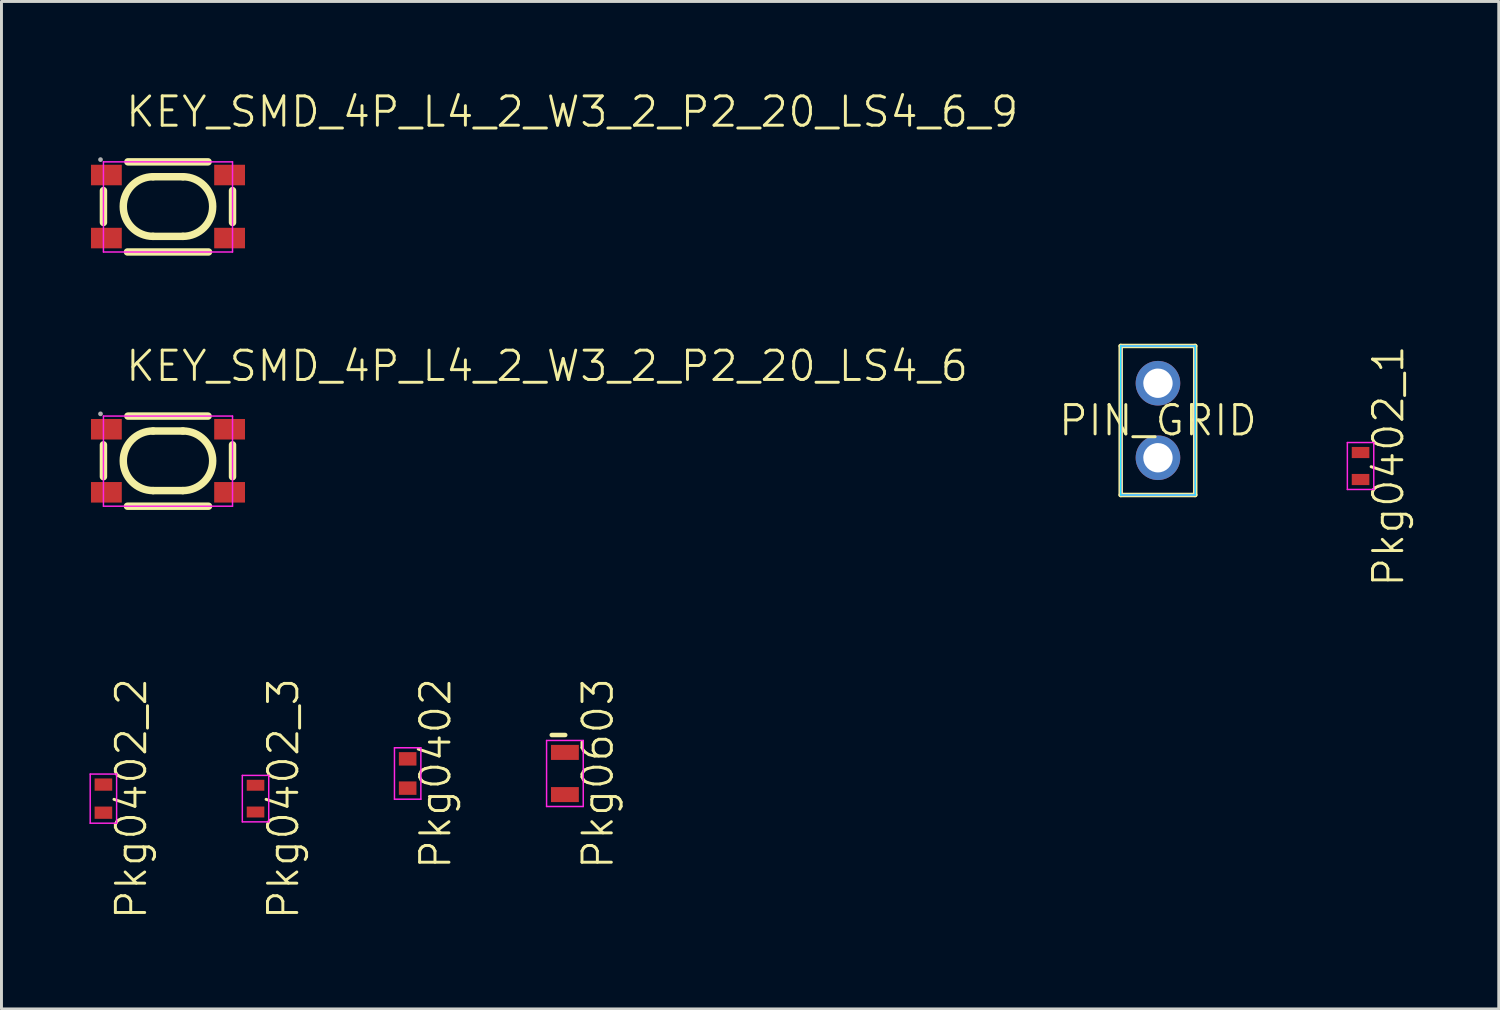
<source format=kicad_pcb>
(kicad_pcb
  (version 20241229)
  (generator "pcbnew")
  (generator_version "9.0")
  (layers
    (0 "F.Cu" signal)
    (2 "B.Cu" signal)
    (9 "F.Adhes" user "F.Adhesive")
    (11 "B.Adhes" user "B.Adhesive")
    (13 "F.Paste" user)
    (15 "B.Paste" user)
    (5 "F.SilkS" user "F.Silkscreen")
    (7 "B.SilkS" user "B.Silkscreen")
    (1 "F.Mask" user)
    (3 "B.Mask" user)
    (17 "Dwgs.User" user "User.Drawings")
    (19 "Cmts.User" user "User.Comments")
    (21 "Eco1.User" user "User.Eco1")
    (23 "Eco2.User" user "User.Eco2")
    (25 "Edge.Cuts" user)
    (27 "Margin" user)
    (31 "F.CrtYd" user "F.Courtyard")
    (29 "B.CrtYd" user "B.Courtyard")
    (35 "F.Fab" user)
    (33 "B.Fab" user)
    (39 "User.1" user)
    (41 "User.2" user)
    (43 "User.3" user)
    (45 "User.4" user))
  (footprint "Pkg0402_1"
    (layer "F.Cu")
    (at 43.327 12.835)
    (property "Reference" "Pkg0402_1" (at 0.95 0 90) (layer "F.SilkS") (effects (font (size 1 1) (thickness 0.1))))
    (fp_line (start -0.45 -0.8) (end -0.45 0.8) (stroke (width 0.05) (type solid)) (layer "F.CrtYd"))
    (fp_line (start -0.45 0.8) (end 0.45 0.8) (stroke (width 0.05) (type solid)) (layer "F.CrtYd"))
    (fp_line (start 0.45 -0.8) (end -0.45 -0.8) (stroke (width 0.05) (type solid)) (layer "F.CrtYd"))
    (fp_line (start 0.45 0.8) (end 0.45 -0.8) (stroke (width 0.05) (type solid)) (layer "F.CrtYd"))
    (pad "" smd rect (at 0 -0.46) (size 0.7 0.48) (layers "F.Mask"))
    (pad "" smd rect (at 0 0.46) (size 0.7 0.48) (layers "F.Mask"))
    (pad "1" smd rect (at 0 -0.46) (size 0.6 0.38) (layers "F.Cu" "F.Paste"))
    (pad "2" smd rect (at 0 0.46) (size 0.6 0.38) (layers "F.Cu" "F.Paste")))
  (footprint "Pkg0603"
    (layer "F.Cu")
    (at 16.206 23.316)
    (property "Reference" "Pkg0603" (at 1.125 0 90) (layer "F.SilkS") (effects (font (size 1 1) (thickness 0.1))))
    (fp_line (start -0.449 -1.312) (end 0.011 -1.312) (stroke (width 0.153) (type solid)) (layer "F.SilkS"))
    (fp_line (start -0.625 -1.125) (end -0.625 1.125) (stroke (width 0.05) (type solid)) (layer "F.CrtYd"))
    (fp_line (start -0.625 1.125) (end 0.625 1.125) (stroke (width 0.05) (type solid)) (layer "F.CrtYd"))
    (fp_line (start 0.625 -1.125) (end -0.625 -1.125) (stroke (width 0.05) (type solid)) (layer "F.CrtYd"))
    (fp_line (start 0.625 1.125) (end 0.625 -1.125) (stroke (width 0.05) (type solid)) (layer "F.CrtYd"))
    (pad "" smd rect (at 0 -0.719) (size 1.05 0.612) (layers "F.Mask"))
    (pad "" smd rect (at 0 0.719) (size 1.05 0.612) (layers "F.Mask"))
    (pad "a" smd rect (at 0 0.719) (size 0.95 0.512) (layers "F.Cu" "F.Paste"))
    (pad "c" smd rect (at 0 -0.719) (size 0.95 0.512) (layers "F.Cu" "F.Paste")))
  (footprint "Pkg0402_3"
    (layer "F.Cu")
    (at 5.66 24.173)
    (property "Reference" "Pkg0402_3" (at 0.95 0 90) (layer "F.SilkS") (effects (font (size 1 1) (thickness 0.1))))
    (fp_line (start -0.45 -0.792) (end -0.45 0.792) (stroke (width 0.05) (type solid)) (layer "F.CrtYd"))
    (fp_line (start -0.45 0.792) (end 0.45 0.792) (stroke (width 0.05) (type solid)) (layer "F.CrtYd"))
    (fp_line (start 0.45 -0.792) (end -0.45 -0.792) (stroke (width 0.05) (type solid)) (layer "F.CrtYd"))
    (fp_line (start 0.45 0.792) (end 0.45 -0.792) (stroke (width 0.05) (type solid)) (layer "F.CrtYd"))
    (pad "" smd rect (at 0 -0.456) (size 0.7 0.473) (layers "F.Mask"))
    (pad "" smd rect (at 0 0.456) (size 0.7 0.473) (layers "F.Mask"))
    (pad "1" smd rect (at 0 -0.456) (size 0.6 0.373) (layers "F.Cu" "F.Paste"))
    (pad "2" smd rect (at 0 0.456) (size 0.6 0.373) (layers "F.Cu" "F.Paste")))
  (footprint "Pkg0402"
    (layer "F.Cu")
    (at 10.846 23.316)
    (property "Reference" "Pkg0402" (at 0.95 0 90) (layer "F.SilkS") (effects (font (size 1 1) (thickness 0.1))))
    (fp_line (start -0.45 -0.877) (end -0.45 0.877) (stroke (width 0.05) (type solid)) (layer "F.CrtYd"))
    (fp_line (start -0.45 0.877) (end 0.45 0.877) (stroke (width 0.05) (type solid)) (layer "F.CrtYd"))
    (fp_line (start 0.45 -0.877) (end -0.45 -0.877) (stroke (width 0.05) (type solid)) (layer "F.CrtYd"))
    (fp_line (start 0.45 0.877) (end 0.45 -0.877) (stroke (width 0.05) (type solid)) (layer "F.CrtYd"))
    (pad "" smd rect (at 0 -0.499) (size 0.7 0.558) (layers "F.Mask"))
    (pad "" smd rect (at 0 0.499) (size 0.7 0.558) (layers "F.Mask"))
    (pad "1" smd rect (at 0 -0.499) (size 0.6 0.458) (layers "F.Cu" "F.Paste"))
    (pad "2" smd rect (at 0 0.499) (size 0.6 0.458) (layers "F.Cu" "F.Paste")))
  (footprint "PIN_GRID"
    (layer "F.Cu")
    (at 36.421 11.283)
    (property "Reference" "PIN_GRID" (at 0 0 0) (layer "F.SilkS") (effects (font (size 1 1) (thickness 0.1))))
    (fp_line (start -1.27 -2.54) (end -1.27 2.54) (stroke (width 0.153) (type solid)) (layer "F.SilkS"))
    (fp_line (start -1.27 2.54) (end 1.27 2.54) (stroke (width 0.153) (type solid)) (layer "F.SilkS"))
    (fp_line (start 1.27 -2.54) (end -1.27 -2.54) (stroke (width 0.153) (type solid)) (layer "F.SilkS"))
    (fp_line (start 1.27 2.54) (end 1.27 -2.54) (stroke (width 0.153) (type solid)) (layer "F.SilkS"))
    (fp_line (start -1.27 -2.54) (end -1.27 2.54) (stroke (width 0.05) (type solid)) (layer "B.CrtYd"))
    (fp_line (start -1.27 2.54) (end 1.27 2.54) (stroke (width 0.05) (type solid)) (layer "B.CrtYd"))
    (fp_line (start 1.27 -2.54) (end -1.27 -2.54) (stroke (width 0.05) (type solid)) (layer "B.CrtYd"))
    (fp_line (start 1.27 2.54) (end 1.27 -2.54) (stroke (width 0.05) (type solid)) (layer "B.CrtYd"))
    (fp_line (start -1.27 -2.54) (end -1.27 2.54) (stroke (width 0.05) (type solid)) (layer "F.CrtYd"))
    (fp_line (start -1.27 2.54) (end 1.27 2.54) (stroke (width 0.05) (type solid)) (layer "F.CrtYd"))
    (fp_line (start 1.27 -2.54) (end -1.27 -2.54) (stroke (width 0.05) (type solid)) (layer "F.CrtYd"))
    (fp_line (start 1.27 2.54) (end 1.27 -2.54) (stroke (width 0.05) (type solid)) (layer "F.CrtYd"))
    (pad "" smd circle (at 0 -1.27) (size 1.62 1.62) (layers "*.Mask"))
    (pad "" smd circle (at 0 1.27) (size 1.62 1.62) (layers "*.Mask"))
    (pad "1" thru_hole circle (at 0 -1.27) (size 1.52 1.52) (drill 1) (layers "*.Cu"))
    (pad "2" thru_hole circle (at 0 1.27) (size 1.52 1.52) (drill 1) (layers "*.Cu")))
  (footprint "Pkg0402_2"
    (layer "F.Cu")
    (at 0.475 24.173)
    (property "Reference" "Pkg0402_2" (at 0.95 0 90) (layer "F.SilkS") (effects (font (size 1 1) (thickness 0.1))))
    (fp_line (start -0.45 -0.838) (end -0.45 0.838) (stroke (width 0.05) (type solid)) (layer "F.CrtYd"))
    (fp_line (start -0.45 0.838) (end 0.45 0.838) (stroke (width 0.05) (type solid)) (layer "F.CrtYd"))
    (fp_line (start 0.45 -0.838) (end -0.45 -0.838) (stroke (width 0.05) (type solid)) (layer "F.CrtYd"))
    (fp_line (start 0.45 0.838) (end 0.45 -0.838) (stroke (width 0.05) (type solid)) (layer "F.CrtYd"))
    (pad "" smd rect (at 0 -0.479) (size 0.7 0.518) (layers "F.Mask"))
    (pad "" smd rect (at 0 0.479) (size 0.7 0.518) (layers "F.Mask"))
    (pad "1" smd rect (at 0 -0.479) (size 0.6 0.418) (layers "F.Cu" "F.Paste"))
    (pad "2" smd rect (at 0 0.479) (size 0.6 0.418) (layers "F.Cu" "F.Paste")))
  (footprint "KEY_SMD_4P_L4_2_W3_2_P2_20_LS4_6_9"
    (layer "F.Cu")
    (at 2.676 4.003)
    (property "Reference" "KEY_SMD_4P_L4_2_W3_2_P2_20_LS4_6_9" (at -1.5 -3.242 0) (layer "F.SilkS") (effects (font (size 1 1) (thickness 0.1)) (justify left)))
    (fp_line (start -2.2 -0.556) (end -2.2 0.53) (stroke (width 0.254) (type solid)) (layer "F.SilkS"))
    (fp_line (start -1.381 1.536) (end 1.381 1.536) (stroke (width 0.254) (type solid)) (layer "F.SilkS"))
    (fp_line (start -0.508 -1.028) (end 0.508 -1.028) (stroke (width 0.254) (type solid)) (layer "F.SilkS"))
    (fp_line (start -0.508 1.004) (end 0.508 1.004) (stroke (width 0.254) (type solid)) (layer "F.SilkS"))
    (fp_line (start 1.366 -1.536) (end -1.366 -1.536) (stroke (width 0.254) (type solid)) (layer "F.SilkS"))
    (fp_line (start 2.2 -0.556) (end 2.2 0.53) (stroke (width 0.254) (type solid)) (layer "F.SilkS"))
    (fp_arc (start -0.508 1.0035) (mid -1.524 -0.0125) (end -0.508 -1.0285) (stroke (width 0.254) (type solid)) (layer "F.SilkS"))
    (fp_arc (start 0.508 -1.0285) (mid 1.524 -0.0125) (end 0.508 1.0035) (stroke (width 0.254) (type solid)) (layer "F.SilkS"))
    (fp_line (start -2.2 -1.536) (end -2.2 1.536) (stroke (width 0.05) (type solid)) (layer "F.CrtYd"))
    (fp_line (start -2.2 1.536) (end 2.2 1.536) (stroke (width 0.05) (type solid)) (layer "F.CrtYd"))
    (fp_line (start 2.2 -1.536) (end -2.2 -1.536) (stroke (width 0.05) (type solid)) (layer "F.CrtYd"))
    (fp_line (start 2.2 1.536) (end 2.2 -1.536) (stroke (width 0.05) (type solid)) (layer "F.CrtYd"))
    (fp_poly (pts (xy -2.27 -1.613) (xy -2.271 -1.618) (xy -2.272 -1.624) (xy -2.275 -1.629) (xy -2.279 -1.634) (xy -2.283 -1.637) (xy -2.289 -1.64) (xy -2.294 -1.642) (xy -2.3 -1.643) (xy -2.306 -1.642) (xy -2.311 -1.64) (xy -2.317 -1.637) (xy -2.321 -1.634) (xy -2.325 -1.629) (xy -2.328 -1.624) (xy -2.329 -1.618) (xy -2.33 -1.613) (xy -2.329 -1.607) (xy -2.328 -1.601) (xy -2.325 -1.596) (xy -2.321 -1.591) (xy -2.317 -1.588) (xy -2.311 -1.585) (xy -2.306 -1.583) (xy -2.3 -1.583) (xy -2.294 -1.583) (xy -2.289 -1.585) (xy -2.283 -1.588) (xy -2.279 -1.591) (xy -2.275 -1.596) (xy -2.272 -1.601) (xy -2.271 -1.607)) (stroke (width 0.1) (type solid)) (fill no) (layer "F.Fab"))
    (pad "" smd rect (at -2.1 -1.087) (size 1.152 0.802) (layers "F.Mask"))
    (pad "" smd rect (at -2.1 1.062) (size 1.152 0.802) (layers "F.Mask"))
    (pad "" smd rect (at 2.1 -1.087) (size 1.152 0.802) (layers "F.Mask"))
    (pad "" smd rect (at 2.1 1.062) (size 1.152 0.802) (layers "F.Mask"))
    (pad "1" smd rect (at -2.1 -1.087) (size 1.05 0.7) (layers "F.Cu" "F.Paste"))
    (pad "2" smd rect (at 2.1 -1.087) (size 1.05 0.7) (layers "F.Cu" "F.Paste"))
    (pad "3" smd rect (at -2.1 1.062) (size 1.05 0.7) (layers "F.Cu" "F.Paste"))
    (pad "4" smd rect (at 2.1 1.062) (size 1.05 0.7) (layers "F.Cu" "F.Paste")))
  (footprint "KEY_SMD_4P_L4_2_W3_2_P2_20_LS4_6"
    (layer "F.Cu")
    (at 2.676 12.669)
    (property "Reference" "KEY_SMD_4P_L4_2_W3_2_P2_20_LS4_6" (at -1.5 -3.242 0) (layer "F.SilkS") (effects (font (size 1 1) (thickness 0.1)) (justify left)))
    (fp_line (start -2.2 -0.556) (end -2.2 0.53) (stroke (width 0.254) (type solid)) (layer "F.SilkS"))
    (fp_line (start -1.381 1.536) (end 1.381 1.536) (stroke (width 0.254) (type solid)) (layer "F.SilkS"))
    (fp_line (start -0.508 -1.028) (end 0.508 -1.028) (stroke (width 0.254) (type solid)) (layer "F.SilkS"))
    (fp_line (start -0.508 1.004) (end 0.508 1.004) (stroke (width 0.254) (type solid)) (layer "F.SilkS"))
    (fp_line (start 1.366 -1.536) (end -1.366 -1.536) (stroke (width 0.254) (type solid)) (layer "F.SilkS"))
    (fp_line (start 2.2 -0.556) (end 2.2 0.53) (stroke (width 0.254) (type solid)) (layer "F.SilkS"))
    (fp_arc (start -0.508 1.0035) (mid -1.524 -0.0125) (end -0.508 -1.0285) (stroke (width 0.254) (type solid)) (layer "F.SilkS"))
    (fp_arc (start 0.508 -1.0285) (mid 1.524 -0.0125) (end 0.508 1.0035) (stroke (width 0.254) (type solid)) (layer "F.SilkS"))
    (fp_line (start -2.2 -1.536) (end -2.2 1.536) (stroke (width 0.05) (type solid)) (layer "F.CrtYd"))
    (fp_line (start -2.2 1.536) (end 2.2 1.536) (stroke (width 0.05) (type solid)) (layer "F.CrtYd"))
    (fp_line (start 2.2 -1.536) (end -2.2 -1.536) (stroke (width 0.05) (type solid)) (layer "F.CrtYd"))
    (fp_line (start 2.2 1.536) (end 2.2 -1.536) (stroke (width 0.05) (type solid)) (layer "F.CrtYd"))
    (fp_poly (pts (xy -2.27 -1.613) (xy -2.271 -1.618) (xy -2.272 -1.624) (xy -2.275 -1.629) (xy -2.279 -1.634) (xy -2.283 -1.637) (xy -2.289 -1.64) (xy -2.294 -1.642) (xy -2.3 -1.643) (xy -2.306 -1.642) (xy -2.311 -1.64) (xy -2.317 -1.637) (xy -2.321 -1.634) (xy -2.325 -1.629) (xy -2.328 -1.624) (xy -2.329 -1.618) (xy -2.33 -1.613) (xy -2.329 -1.607) (xy -2.328 -1.601) (xy -2.325 -1.596) (xy -2.321 -1.591) (xy -2.317 -1.588) (xy -2.311 -1.585) (xy -2.306 -1.583) (xy -2.3 -1.583) (xy -2.294 -1.583) (xy -2.289 -1.585) (xy -2.283 -1.588) (xy -2.279 -1.591) (xy -2.275 -1.596) (xy -2.272 -1.601) (xy -2.271 -1.607)) (stroke (width 0.1) (type solid)) (fill no) (layer "F.Fab"))
    (pad "" smd rect (at -2.1 -1.087) (size 1.152 0.802) (layers "F.Mask"))
    (pad "" smd rect (at -2.1 1.062) (size 1.152 0.802) (layers "F.Mask"))
    (pad "" smd rect (at 2.1 -1.087) (size 1.152 0.802) (layers "F.Mask"))
    (pad "" smd rect (at 2.1 1.062) (size 1.152 0.802) (layers "F.Mask"))
    (pad "1" smd rect (at -2.1 -1.087) (size 1.05 0.7) (layers "F.Cu" "F.Paste"))
    (pad "2" smd rect (at 2.1 -1.087) (size 1.05 0.7) (layers "F.Cu" "F.Paste"))
    (pad "3" smd rect (at -2.1 1.062) (size 1.05 0.7) (layers "F.Cu" "F.Paste"))
    (pad "4" smd rect (at 2.1 1.062) (size 1.05 0.7) (layers "F.Cu" "F.Paste")))
  (gr_rect
    (start -3 -3)
    (end 48.038 31.342)
    (stroke (width 0.1) (type default))
    (fill no)
    (layer "Edge.Cuts")))
</source>
